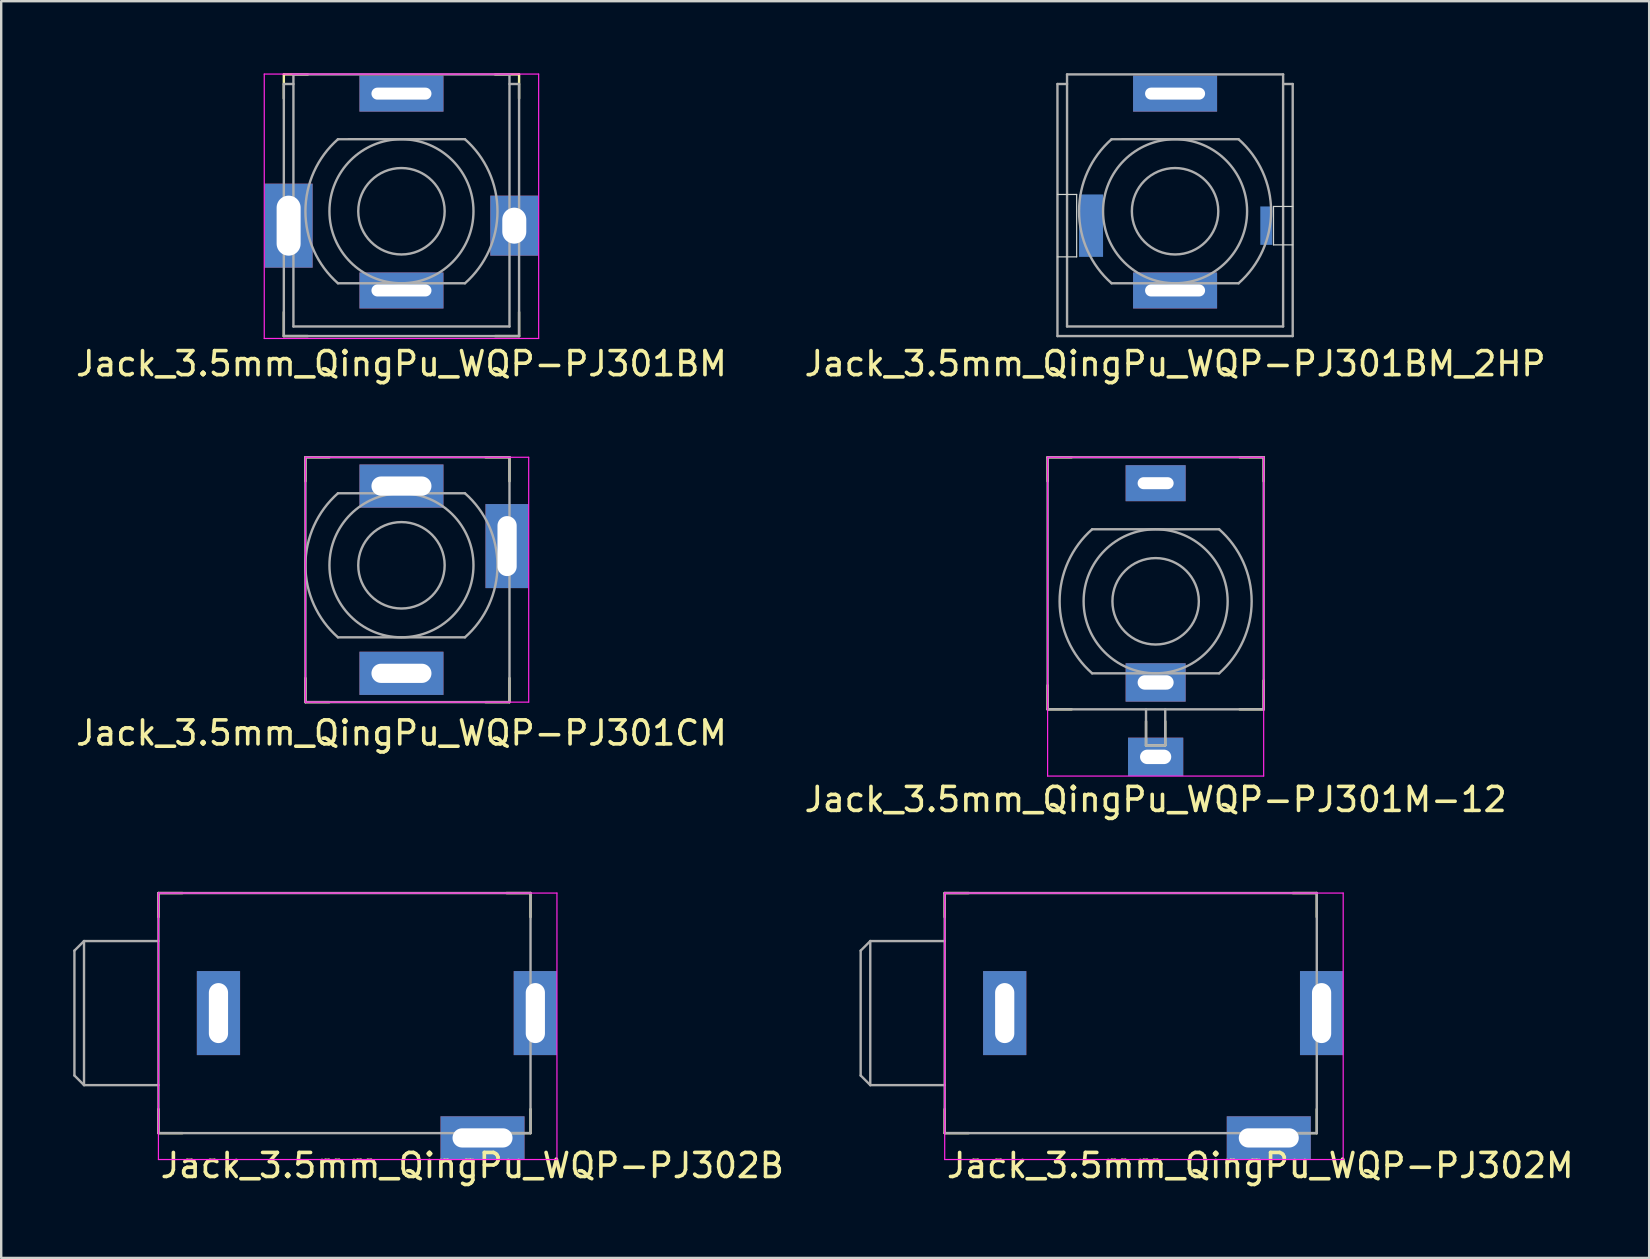
<source format=kicad_pcb>
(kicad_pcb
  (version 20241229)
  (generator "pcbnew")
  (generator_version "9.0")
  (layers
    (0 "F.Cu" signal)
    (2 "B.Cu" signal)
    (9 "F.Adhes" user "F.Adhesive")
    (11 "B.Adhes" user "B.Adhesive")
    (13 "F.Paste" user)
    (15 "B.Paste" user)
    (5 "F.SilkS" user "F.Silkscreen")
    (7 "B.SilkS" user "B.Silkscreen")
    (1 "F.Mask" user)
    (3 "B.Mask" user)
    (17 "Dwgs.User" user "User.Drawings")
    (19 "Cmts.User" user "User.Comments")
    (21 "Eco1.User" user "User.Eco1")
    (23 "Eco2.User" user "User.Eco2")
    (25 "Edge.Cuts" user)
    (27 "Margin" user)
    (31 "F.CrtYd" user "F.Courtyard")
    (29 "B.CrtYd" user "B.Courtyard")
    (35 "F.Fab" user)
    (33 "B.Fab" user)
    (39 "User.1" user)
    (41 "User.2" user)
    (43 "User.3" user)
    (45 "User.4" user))
  (footprint "Jack_3.5mm_QingPu_WQP-PJ301BM_2HP"
    (layer "F.Cu")
    (at 45.899 5.75)
    (property "Reference" "Jack_3.5mm_QingPu_WQP-PJ301BM_2HP" (at 0 6.35 0) (layer "F.SilkS") (effects (font (size 1 1) (thickness 0.15))))
    (attr through_hole)
    (fp_line (start -4.9 -0.7) (end -4.1 -0.7) (stroke (width 0.05) (type default)) (layer "Edge.Cuts"))
    (fp_line (start -4.1 -0.7) (end -4.1 1.9) (stroke (width 0.05) (type default)) (layer "Edge.Cuts"))
    (fp_line (start -4.1 1.9) (end -4.9 1.9) (stroke (width 0.05) (type default)) (layer "Edge.Cuts"))
    (fp_line (start 4.1 -0.2) (end 4.1 1.4) (stroke (width 0.05) (type default)) (layer "Edge.Cuts"))
    (fp_line (start 4.1 -0.2) (end 4.9 -0.2) (stroke (width 0.05) (type default)) (layer "Edge.Cuts"))
    (fp_line (start 4.9 1.4) (end 4.1 1.4) (stroke (width 0.05) (type default)) (layer "Edge.Cuts"))
    (fp_line (start -4.9 5.2) (end -4.9 -5.3) (stroke (width 0.1) (type solid)) (layer "F.Fab"))
    (fp_line (start -4.9 5.2) (end 4.9 5.2) (stroke (width 0.1) (type solid)) (layer "F.Fab"))
    (fp_line (start -4.5 -5.7) (end -4.5 4.8) (stroke (width 0.1) (type solid)) (layer "F.Fab"))
    (fp_line (start -4.5 -5.7) (end 4.5 -5.7) (stroke (width 0.1) (type solid)) (layer "F.Fab"))
    (fp_line (start -4.5 -5.3) (end -4.9 -5.3) (stroke (width 0.1) (type solid)) (layer "F.Fab"))
    (fp_line (start -4.5 4.8) (end 4.5 4.8) (stroke (width 0.1) (type solid)) (layer "F.Fab"))
    (fp_line (start -2.646 -3) (end 2.645 -3.001) (stroke (width 0.1) (type solid)) (layer "F.Fab"))
    (fp_line (start -2.645 3.001) (end 2.646 3) (stroke (width 0.1) (type solid)) (layer "F.Fab"))
    (fp_line (start 4.5 4.8) (end 4.5 -5.7) (stroke (width 0.1) (type solid)) (layer "F.Fab"))
    (fp_line (start 4.9 -5.3) (end 4.5 -5.3) (stroke (width 0.1) (type solid)) (layer "F.Fab"))
    (fp_line (start 4.9 5.2) (end 4.9 -5.3) (stroke (width 0.1) (type solid)) (layer "F.Fab"))
    (fp_arc (start -2.644744 3.000888) (mid -4 0.000671) (end -2.645751 -3) (stroke (width 0.1) (type solid)) (layer "F.Fab"))
    (fp_arc (start 2.644744 -3.000888) (mid 4 -0.000671) (end 2.645751 3) (stroke (width 0.1) (type solid)) (layer "F.Fab"))
    (fp_circle (center 0 0) (end 1.8 0) (stroke (width 0.1) (type solid)) (fill no) (layer "F.Fab"))
    (fp_circle (center 0 0) (end 3 0) (stroke (width 0.1) (type solid)) (fill no) (layer "F.Fab"))
    (pad "S" smd rect (at -3.5 0.6) (size 1 2.6) (layers "B.Cu" "B.Mask" "B.Paste"))
    (pad "S" smd rect (at 3.8 0.6) (size 0.5 1.6) (layers "B.Cu" "B.Mask" "B.Paste"))
    (pad "T" thru_hole rect (at 0 -4.9) (size 3.5 1.5) (drill oval 2.5 0.5) (layers "*.Cu" "*.Mask"))
    (pad "TN" thru_hole rect (at 0 3.3) (size 3.5 1.5) (drill oval 2.5 0.5) (layers "*.Cu" "*.Mask")))
  (footprint "Jack_3.5mm_QingPu_WQP-PJ301CM"
    (layer "F.Cu")
    (at 13.673 20.498)
    (property "Reference" "Jack_3.5mm_QingPu_WQP-PJ301CM" (at 0 6.985 0) (layer "F.SilkS") (effects (font (size 1 1) (thickness 0.15))))
    (attr through_hole)
    (fp_line (start -4 -4.5) (end -4 -3.5) (stroke (width 0.1) (type solid)) (layer "F.SilkS"))
    (fp_line (start -4 -4.5) (end -3 -4.5) (stroke (width 0.1) (type solid)) (layer "F.SilkS"))
    (fp_line (start -4 5.7) (end -4 4.7) (stroke (width 0.1) (type solid)) (layer "F.SilkS"))
    (fp_line (start -4 5.7) (end -3 5.7) (stroke (width 0.1) (type solid)) (layer "F.SilkS"))
    (fp_line (start 4.5 -4.5) (end 3.5 -4.5) (stroke (width 0.1) (type solid)) (layer "F.SilkS"))
    (fp_line (start 4.5 -4.5) (end 4.5 -3.5) (stroke (width 0.1) (type solid)) (layer "F.SilkS"))
    (fp_line (start 4.5 5.7) (end 3.5 5.7) (stroke (width 0.1) (type solid)) (layer "F.SilkS"))
    (fp_line (start 4.5 5.7) (end 4.5 4.7) (stroke (width 0.1) (type solid)) (layer "F.SilkS"))
    (fp_line (start -4 -4.5) (end 5.3 -4.5) (stroke (width 0.05) (type solid)) (layer "F.CrtYd"))
    (fp_line (start -4 5.7) (end -4 -4.5) (stroke (width 0.05) (type solid)) (layer "F.CrtYd"))
    (fp_line (start -4 5.7) (end 5.3 5.7) (stroke (width 0.05) (type solid)) (layer "F.CrtYd"))
    (fp_line (start 5.3 -4.5) (end 5.3 5.7) (stroke (width 0.05) (type solid)) (layer "F.CrtYd"))
    (fp_line (start -4 -4.5) (end 4.5 -4.5) (stroke (width 0.1) (type solid)) (layer "F.Fab"))
    (fp_line (start -4 5.7) (end -4 -4.5) (stroke (width 0.1) (type solid)) (layer "F.Fab"))
    (fp_line (start -4 5.7) (end 4.5 5.7) (stroke (width 0.1) (type solid)) (layer "F.Fab"))
    (fp_line (start -2.646 -3) (end 2.645 -3.001) (stroke (width 0.1) (type solid)) (layer "F.Fab"))
    (fp_line (start -2.645 3.001) (end 2.646 3) (stroke (width 0.1) (type solid)) (layer "F.Fab"))
    (fp_line (start 4.5 -4.5) (end 4.5 5.7) (stroke (width 0.1) (type solid)) (layer "F.Fab"))
    (fp_arc (start -2.644744 3.000888) (mid -4 0.000671) (end -2.645751 -3) (stroke (width 0.1) (type solid)) (layer "F.Fab"))
    (fp_arc (start 2.644744 -3.000888) (mid 4 -0.000671) (end 2.645751 3) (stroke (width 0.1) (type solid)) (layer "F.Fab"))
    (fp_circle (center 0 0) (end 1.8 0) (stroke (width 0.1) (type solid)) (fill no) (layer "F.Fab"))
    (fp_circle (center 0 0) (end 3 0) (stroke (width 0.1) (type solid)) (fill no) (layer "F.Fab"))
    (pad "R" thru_hole rect (at 0 -3.3) (size 3.5 1.8) (drill oval 2.5 0.8) (layers "*.Cu" "*.Mask"))
    (pad "S" thru_hole rect (at 4.4 -0.8) (size 1.8 3.5) (drill oval 0.8 2.5) (layers "*.Cu" "*.Mask"))
    (pad "T" thru_hole rect (at 0 4.5) (size 3.5 1.8) (drill oval 2.5 0.8) (layers "*.Cu" "*.Mask")))
  (footprint "Jack_3.5mm_QingPu_WQP-PJ301BM"
    (layer "F.Cu")
    (at 13.673 5.75)
    (property "Reference" "Jack_3.5mm_QingPu_WQP-PJ301BM" (at 0 6.35 0) (layer "F.SilkS") (effects (font (size 1 1) (thickness 0.15))))
    (attr through_hole)
    (fp_line (start -4.9 -5.7) (end -4.9 -4.7) (stroke (width 0.1) (type solid)) (layer "F.SilkS"))
    (fp_line (start -4.9 -5.7) (end -3.9 -5.7) (stroke (width 0.1) (type solid)) (layer "F.SilkS"))
    (fp_line (start -4.9 5.2) (end -4.9 4.2) (stroke (width 0.1) (type solid)) (layer "F.SilkS"))
    (fp_line (start -4.9 5.2) (end -3.9 5.2) (stroke (width 0.1) (type solid)) (layer "F.SilkS"))
    (fp_line (start 4.9 -5.7) (end 3.9 -5.7) (stroke (width 0.1) (type solid)) (layer "F.SilkS"))
    (fp_line (start 4.9 -5.7) (end 4.9 -4.7) (stroke (width 0.1) (type solid)) (layer "F.SilkS"))
    (fp_line (start 4.9 5.2) (end 3.9 5.2) (stroke (width 0.1) (type solid)) (layer "F.SilkS"))
    (fp_line (start 4.9 5.2) (end 4.9 4.2) (stroke (width 0.1) (type solid)) (layer "F.SilkS"))
    (fp_line (start -5.715 -5.715) (end 5.715 -5.715) (stroke (width 0.05) (type solid)) (layer "F.CrtYd"))
    (fp_line (start -5.715 5.3) (end -5.715 -5.715) (stroke (width 0.05) (type solid)) (layer "F.CrtYd"))
    (fp_line (start 5.715 -5.715) (end 5.715 5.3) (stroke (width 0.05) (type solid)) (layer "F.CrtYd"))
    (fp_line (start 5.715 5.3) (end -5.715 5.3) (stroke (width 0.05) (type solid)) (layer "F.CrtYd"))
    (fp_line (start -4.9 5.2) (end -4.9 -5.3) (stroke (width 0.1) (type solid)) (layer "F.Fab"))
    (fp_line (start -4.9 5.2) (end 4.9 5.2) (stroke (width 0.1) (type solid)) (layer "F.Fab"))
    (fp_line (start -4.5 -5.7) (end -4.5 4.8) (stroke (width 0.1) (type solid)) (layer "F.Fab"))
    (fp_line (start -4.5 -5.7) (end 4.5 -5.7) (stroke (width 0.1) (type solid)) (layer "F.Fab"))
    (fp_line (start -4.5 -5.3) (end -4.9 -5.3) (stroke (width 0.1) (type solid)) (layer "F.Fab"))
    (fp_line (start -4.5 4.8) (end 4.5 4.8) (stroke (width 0.1) (type solid)) (layer "F.Fab"))
    (fp_line (start -2.646 -3) (end 2.645 -3.001) (stroke (width 0.1) (type solid)) (layer "F.Fab"))
    (fp_line (start -2.645 3.001) (end 2.646 3) (stroke (width 0.1) (type solid)) (layer "F.Fab"))
    (fp_line (start 4.5 4.8) (end 4.5 -5.7) (stroke (width 0.1) (type solid)) (layer "F.Fab"))
    (fp_line (start 4.9 -5.3) (end 4.5 -5.3) (stroke (width 0.1) (type solid)) (layer "F.Fab"))
    (fp_line (start 4.9 5.2) (end 4.9 -5.3) (stroke (width 0.1) (type solid)) (layer "F.Fab"))
    (fp_arc (start -2.644744 3.000888) (mid -4 0.000671) (end -2.645751 -3) (stroke (width 0.1) (type solid)) (layer "F.Fab"))
    (fp_arc (start 2.644744 -3.000888) (mid 4 -0.000671) (end 2.645751 3) (stroke (width 0.1) (type solid)) (layer "F.Fab"))
    (fp_circle (center 0 0) (end 1.8 0) (stroke (width 0.1) (type solid)) (fill no) (layer "F.Fab"))
    (fp_circle (center 0 0) (end 3 0) (stroke (width 0.1) (type solid)) (fill no) (layer "F.Fab"))
    (pad "S" thru_hole rect (at -4.7 0.6) (size 2 3.5) (drill oval 1 2.5) (layers "*.Cu" "*.Mask"))
    (pad "S" thru_hole rect (at 4.7 0.6) (size 2 2.5) (drill oval 1 1.5) (layers "*.Cu" "*.Mask"))
    (pad "T" thru_hole rect (at 0 -4.9) (size 3.5 1.5) (drill oval 2.5 0.5) (layers "*.Cu" "*.Mask"))
    (pad "TN" thru_hole rect (at 0 3.3) (size 3.5 1.5) (drill oval 2.5 0.5) (layers "*.Cu" "*.Mask")))
  (footprint "Jack_3.5mm_QingPu_WQP-PJ301M-12"
    (layer "F.Cu")
    (at 45.089 21.998)
    (property "Reference" "Jack_3.5mm_QingPu_WQP-PJ301M-12" (at 0 8.255 0) (layer "F.SilkS") (effects (font (size 1 1) (thickness 0.15))))
    (attr through_hole)
    (fp_line (start -4.5 -6) (end -4.5 -5) (stroke (width 0.1) (type solid)) (layer "F.SilkS"))
    (fp_line (start -4.5 -6) (end -3.5 -6) (stroke (width 0.1) (type solid)) (layer "F.SilkS"))
    (fp_line (start -4.5 4.5) (end -4.5 3.5) (stroke (width 0.1) (type solid)) (layer "F.SilkS"))
    (fp_line (start -4.5 4.5) (end -3.5 4.5) (stroke (width 0.1) (type solid)) (layer "F.SilkS"))
    (fp_line (start -0.4 5) (end -0.4 6) (stroke (width 0.1) (type solid)) (layer "F.SilkS"))
    (fp_line (start -0.4 6) (end 0.4 6) (stroke (width 0.1) (type solid)) (layer "F.SilkS"))
    (fp_line (start 0.4 5) (end 0.4 6) (stroke (width 0.1) (type solid)) (layer "F.SilkS"))
    (fp_line (start 4.5 -6) (end 3.5 -6) (stroke (width 0.1) (type solid)) (layer "F.SilkS"))
    (fp_line (start 4.5 -6) (end 4.5 -5) (stroke (width 0.1) (type solid)) (layer "F.SilkS"))
    (fp_line (start 4.5 4.5) (end 3.5 4.5) (stroke (width 0.1) (type solid)) (layer "F.SilkS"))
    (fp_line (start 4.5 4.5) (end 4.5 3.3) (stroke (width 0.1) (type solid)) (layer "F.SilkS"))
    (fp_line (start -4.5 -6) (end -4.5 7.28) (stroke (width 0.05) (type solid)) (layer "F.CrtYd"))
    (fp_line (start -4.5 -6) (end 4.5 -6) (stroke (width 0.05) (type solid)) (layer "F.CrtYd"))
    (fp_line (start 4.5 -6) (end 4.5 7.28) (stroke (width 0.05) (type solid)) (layer "F.CrtYd"))
    (fp_line (start 4.5 7.28) (end -4.5 7.28) (stroke (width 0.05) (type solid)) (layer "F.CrtYd"))
    (fp_line (start -4.5 -6) (end 4.5 -6) (stroke (width 0.1) (type solid)) (layer "F.Fab"))
    (fp_line (start -4.5 4.5) (end -4.5 -6) (stroke (width 0.1) (type solid)) (layer "F.Fab"))
    (fp_line (start -4.5 4.5) (end 4.5 4.5) (stroke (width 0.1) (type solid)) (layer "F.Fab"))
    (fp_line (start -2.646 -3) (end 2.645 -3.001) (stroke (width 0.1) (type solid)) (layer "F.Fab"))
    (fp_line (start -2.645 3.001) (end 2.646 3) (stroke (width 0.1) (type solid)) (layer "F.Fab"))
    (fp_line (start -0.4 4.5) (end -0.4 6) (stroke (width 0.1) (type solid)) (layer "F.Fab"))
    (fp_line (start -0.4 6) (end 0.4 6) (stroke (width 0.1) (type solid)) (layer "F.Fab"))
    (fp_line (start 0.4 4.5) (end 0.4 6) (stroke (width 0.1) (type solid)) (layer "F.Fab"))
    (fp_line (start 4.5 -6) (end 4.5 4.5) (stroke (width 0.1) (type solid)) (layer "F.Fab"))
    (fp_arc (start -2.644744 3.000888) (mid -4 0.000671) (end -2.645751 -3) (stroke (width 0.1) (type solid)) (layer "F.Fab"))
    (fp_arc (start 2.644744 -3.000888) (mid 4 -0.000671) (end 2.645751 3) (stroke (width 0.1) (type solid)) (layer "F.Fab"))
    (fp_circle (center 0 0) (end 1.8 0) (stroke (width 0.1) (type solid)) (fill no) (layer "F.Fab"))
    (fp_circle (center 0 0) (end 3 0) (stroke (width 0.1) (type solid)) (fill no) (layer "F.Fab"))
    (pad "S" thru_hole rect (at 0 6.48) (size 2.3 1.6) (drill oval 1.3 0.6) (layers "*.Cu" "*.Mask"))
    (pad "T" thru_hole rect (at 0 -4.92) (size 2.5 1.5) (drill oval 1.5 0.5) (layers "*.Cu" "*.Mask"))
    (pad "TN" thru_hole rect (at 0 3.38) (size 2.5 1.6) (drill oval 1.5 0.6) (layers "*.Cu" "*.Mask")))
  (footprint "Jack_3.5mm_QingPu_WQP-PJ302B"
    (layer "F.Cu")
    (at 3.55 39.151)
    (property "Reference" "Jack_3.5mm_QingPu_WQP-PJ302B" (at 0 6.35 0) (layer "F.SilkS") (effects (font (size 1 1) (thickness 0.15)) (justify left)))
    (attr through_hole)
    (fp_line (start 0 -5) (end 0 -4) (stroke (width 0.1) (type solid)) (layer "F.SilkS"))
    (fp_line (start 0 -5) (end 1 -5) (stroke (width 0.1) (type solid)) (layer "F.SilkS"))
    (fp_line (start 0 5) (end 0 4) (stroke (width 0.1) (type solid)) (layer "F.SilkS"))
    (fp_line (start 0 5) (end 1 5) (stroke (width 0.1) (type solid)) (layer "F.SilkS"))
    (fp_line (start 15.5 -5) (end 14.5 -5) (stroke (width 0.1) (type solid)) (layer "F.SilkS"))
    (fp_line (start 15.5 -5) (end 15.5 -4) (stroke (width 0.1) (type solid)) (layer "F.SilkS"))
    (fp_line (start 15.5 5) (end 14.5 5) (stroke (width 0.1) (type solid)) (layer "F.SilkS"))
    (fp_line (start 15.5 5) (end 15.5 4) (stroke (width 0.1) (type solid)) (layer "F.SilkS"))
    (fp_line (start 0 -5) (end 0 6.1) (stroke (width 0.05) (type solid)) (layer "F.CrtYd"))
    (fp_line (start 0 -5) (end 16.6 -5) (stroke (width 0.05) (type solid)) (layer "F.CrtYd"))
    (fp_line (start 0 6.1) (end 16.6 6.1) (stroke (width 0.05) (type solid)) (layer "F.CrtYd"))
    (fp_line (start 16.6 -5) (end 16.6 6.1) (stroke (width 0.05) (type solid)) (layer "F.CrtYd"))
    (fp_line (start -3.5 -2.6) (end -3.5 2.6) (stroke (width 0.1) (type solid)) (layer "F.Fab"))
    (fp_line (start -3.5 -2.6) (end -3.1 -3) (stroke (width 0.1) (type solid)) (layer "F.Fab"))
    (fp_line (start -3.5 2.6) (end -3.1 3) (stroke (width 0.1) (type solid)) (layer "F.Fab"))
    (fp_line (start -3.1 -3) (end -3.1 3) (stroke (width 0.1) (type solid)) (layer "F.Fab"))
    (fp_line (start -3.1 -3) (end 0 -3) (stroke (width 0.1) (type solid)) (layer "F.Fab"))
    (fp_line (start -3.1 3) (end 0 3) (stroke (width 0.1) (type solid)) (layer "F.Fab"))
    (fp_line (start 0 -5) (end 0 5) (stroke (width 0.1) (type solid)) (layer "F.Fab"))
    (fp_line (start 0 5) (end 15.5 5) (stroke (width 0.1) (type solid)) (layer "F.Fab"))
    (fp_line (start 15.5 -5) (end 0 -5) (stroke (width 0.1) (type solid)) (layer "F.Fab"))
    (fp_line (start 15.5 -5) (end 15.5 5) (stroke (width 0.1) (type solid)) (layer "F.Fab"))
    (pad "S" thru_hole rect (at 2.5 0) (size 1.8 3.5) (drill oval 0.8 2.5) (layers "*.Cu" "*.Mask"))
    (pad "T" thru_hole rect (at 15.7 0) (size 1.8 3.5) (drill oval 0.8 2.5) (layers "*.Cu" "*.Mask"))
    (pad "TN" thru_hole rect (at 13.5 5.2) (size 3.5 1.8) (drill oval 2.5 0.8) (layers "*.Cu" "*.Mask")))
  (footprint "Jack_3.5mm_QingPu_WQP-PJ302M"
    (layer "F.Cu")
    (at 36.302 39.151)
    (property "Reference" "Jack_3.5mm_QingPu_WQP-PJ302M" (at 0 6.35 0) (layer "F.SilkS") (effects (font (size 1 1) (thickness 0.15)) (justify left)))
    (attr through_hole)
    (fp_line (start 0 -5) (end 0 -4) (stroke (width 0.1) (type solid)) (layer "F.SilkS"))
    (fp_line (start 0 -5) (end 1 -5) (stroke (width 0.1) (type solid)) (layer "F.SilkS"))
    (fp_line (start 0 5) (end 0 4) (stroke (width 0.1) (type solid)) (layer "F.SilkS"))
    (fp_line (start 0 5) (end 1 5) (stroke (width 0.1) (type solid)) (layer "F.SilkS"))
    (fp_line (start 15.5 -5) (end 14.5 -5) (stroke (width 0.1) (type solid)) (layer "F.SilkS"))
    (fp_line (start 15.5 -5) (end 15.5 -4) (stroke (width 0.1) (type solid)) (layer "F.SilkS"))
    (fp_line (start 15.5 5) (end 14.5 5) (stroke (width 0.1) (type solid)) (layer "F.SilkS"))
    (fp_line (start 15.5 5) (end 15.5 4) (stroke (width 0.1) (type solid)) (layer "F.SilkS"))
    (fp_line (start 0 -5) (end 0 6.1) (stroke (width 0.05) (type solid)) (layer "F.CrtYd"))
    (fp_line (start 0 -5) (end 16.6 -5) (stroke (width 0.05) (type solid)) (layer "F.CrtYd"))
    (fp_line (start 0 6.1) (end 16.6 6.1) (stroke (width 0.05) (type solid)) (layer "F.CrtYd"))
    (fp_line (start 16.6 -5) (end 16.6 6.1) (stroke (width 0.05) (type solid)) (layer "F.CrtYd"))
    (fp_line (start -3.5 -2.6) (end -3.5 2.6) (stroke (width 0.1) (type solid)) (layer "F.Fab"))
    (fp_line (start -3.5 -2.6) (end -3.1 -3) (stroke (width 0.1) (type solid)) (layer "F.Fab"))
    (fp_line (start -3.5 2.6) (end -3.1 3) (stroke (width 0.1) (type solid)) (layer "F.Fab"))
    (fp_line (start -3.1 -3) (end -3.1 3) (stroke (width 0.1) (type solid)) (layer "F.Fab"))
    (fp_line (start -3.1 -3) (end 0 -3) (stroke (width 0.1) (type solid)) (layer "F.Fab"))
    (fp_line (start -3.1 3) (end 0 3) (stroke (width 0.1) (type solid)) (layer "F.Fab"))
    (fp_line (start 0 -5) (end 0 5) (stroke (width 0.1) (type solid)) (layer "F.Fab"))
    (fp_line (start 0 5) (end 15.5 5) (stroke (width 0.1) (type solid)) (layer "F.Fab"))
    (fp_line (start 15.5 -5) (end 0 -5) (stroke (width 0.1) (type solid)) (layer "F.Fab"))
    (fp_line (start 15.5 -5) (end 15.5 5) (stroke (width 0.1) (type solid)) (layer "F.Fab"))
    (pad "S" thru_hole rect (at 2.5 0) (size 1.8 3.5) (drill oval 0.8 2.5) (layers "*.Cu" "*.Mask"))
    (pad "T" thru_hole rect (at 15.7 0) (size 1.8 3.5) (drill oval 0.8 2.5) (layers "*.Cu" "*.Mask"))
    (pad "TN" thru_hole rect (at 13.5 5.2) (size 3.5 1.8) (drill oval 2.5 0.8) (layers "*.Cu" "*.Mask")))
  (gr_rect
    (start -3 -3)
    (end 65.648 49.35)
    (stroke (width 0.1) (type default))
    (fill no)
    (layer "Edge.Cuts")))
</source>
